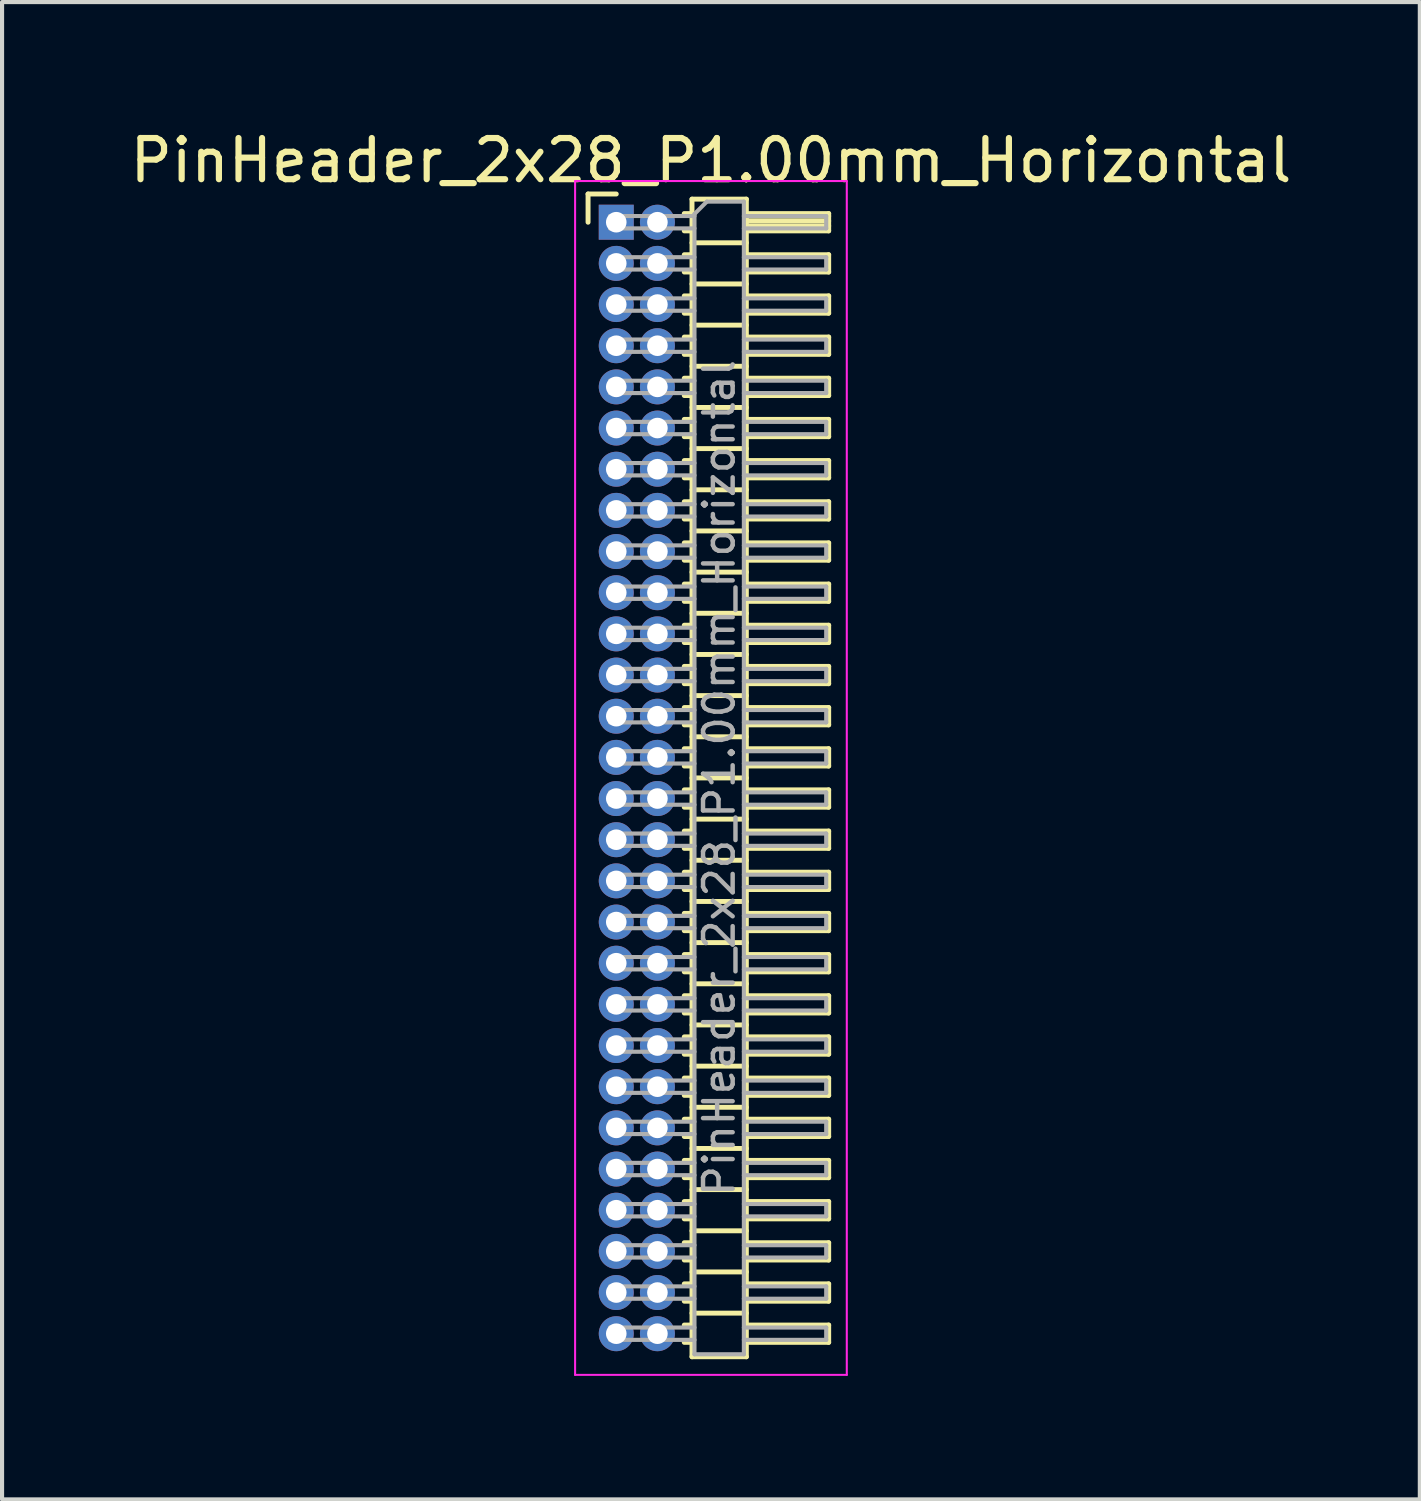
<source format=kicad_pcb>
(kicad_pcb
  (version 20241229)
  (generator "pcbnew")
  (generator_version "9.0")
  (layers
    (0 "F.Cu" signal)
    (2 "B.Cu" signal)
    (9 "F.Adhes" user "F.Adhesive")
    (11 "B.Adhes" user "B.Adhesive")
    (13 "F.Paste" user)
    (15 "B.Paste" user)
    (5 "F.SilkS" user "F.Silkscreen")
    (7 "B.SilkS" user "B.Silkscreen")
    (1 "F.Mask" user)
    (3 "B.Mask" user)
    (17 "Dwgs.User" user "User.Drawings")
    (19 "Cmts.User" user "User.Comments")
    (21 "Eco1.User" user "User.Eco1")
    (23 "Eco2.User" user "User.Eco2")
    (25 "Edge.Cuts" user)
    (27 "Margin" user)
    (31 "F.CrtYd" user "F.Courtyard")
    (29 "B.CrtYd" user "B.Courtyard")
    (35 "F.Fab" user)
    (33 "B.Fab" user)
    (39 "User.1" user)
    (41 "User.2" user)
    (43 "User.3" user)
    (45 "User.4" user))
  (footprint "PinHeader_2x28_P1.00mm_Horizontal"
    (layer "F.Cu")
    (at 11.92 2.348)
    (property "Reference" "PinHeader_2x28_P1.00mm_Horizontal" (at 2.3 -1.5 0) (layer "F.SilkS") (effects (font (size 1 1) (thickness 0.15))))
    (attr through_hole)
    (fp_line (start -0.685 -0.685) (end 0 -0.685) (stroke (width 0.12) (type solid)) (layer "F.SilkS"))
    (fp_line (start -0.685 0) (end -0.685 -0.685) (stroke (width 0.12) (type solid)) (layer "F.SilkS"))
    (fp_line (start 1.652 -0.21) (end 1.84 -0.21) (stroke (width 0.12) (type solid)) (layer "F.SilkS"))
    (fp_line (start 1.652 0.21) (end 1.84 0.21) (stroke (width 0.12) (type solid)) (layer "F.SilkS"))
    (fp_line (start 1.652 0.79) (end 1.84 0.79) (stroke (width 0.12) (type solid)) (layer "F.SilkS"))
    (fp_line (start 1.652 1.21) (end 1.84 1.21) (stroke (width 0.12) (type solid)) (layer "F.SilkS"))
    (fp_line (start 1.652 1.79) (end 1.84 1.79) (stroke (width 0.12) (type solid)) (layer "F.SilkS"))
    (fp_line (start 1.652 2.21) (end 1.84 2.21) (stroke (width 0.12) (type solid)) (layer "F.SilkS"))
    (fp_line (start 1.652 2.79) (end 1.84 2.79) (stroke (width 0.12) (type solid)) (layer "F.SilkS"))
    (fp_line (start 1.652 3.21) (end 1.84 3.21) (stroke (width 0.12) (type solid)) (layer "F.SilkS"))
    (fp_line (start 1.652 3.79) (end 1.84 3.79) (stroke (width 0.12) (type solid)) (layer "F.SilkS"))
    (fp_line (start 1.652 4.21) (end 1.84 4.21) (stroke (width 0.12) (type solid)) (layer "F.SilkS"))
    (fp_line (start 1.652 4.79) (end 1.84 4.79) (stroke (width 0.12) (type solid)) (layer "F.SilkS"))
    (fp_line (start 1.652 5.21) (end 1.84 5.21) (stroke (width 0.12) (type solid)) (layer "F.SilkS"))
    (fp_line (start 1.652 5.79) (end 1.84 5.79) (stroke (width 0.12) (type solid)) (layer "F.SilkS"))
    (fp_line (start 1.652 6.21) (end 1.84 6.21) (stroke (width 0.12) (type solid)) (layer "F.SilkS"))
    (fp_line (start 1.652 6.79) (end 1.84 6.79) (stroke (width 0.12) (type solid)) (layer "F.SilkS"))
    (fp_line (start 1.652 7.21) (end 1.84 7.21) (stroke (width 0.12) (type solid)) (layer "F.SilkS"))
    (fp_line (start 1.652 7.79) (end 1.84 7.79) (stroke (width 0.12) (type solid)) (layer "F.SilkS"))
    (fp_line (start 1.652 8.21) (end 1.84 8.21) (stroke (width 0.12) (type solid)) (layer "F.SilkS"))
    (fp_line (start 1.652 8.79) (end 1.84 8.79) (stroke (width 0.12) (type solid)) (layer "F.SilkS"))
    (fp_line (start 1.652 9.21) (end 1.84 9.21) (stroke (width 0.12) (type solid)) (layer "F.SilkS"))
    (fp_line (start 1.652 9.79) (end 1.84 9.79) (stroke (width 0.12) (type solid)) (layer "F.SilkS"))
    (fp_line (start 1.652 10.21) (end 1.84 10.21) (stroke (width 0.12) (type solid)) (layer "F.SilkS"))
    (fp_line (start 1.652 10.79) (end 1.84 10.79) (stroke (width 0.12) (type solid)) (layer "F.SilkS"))
    (fp_line (start 1.652 11.21) (end 1.84 11.21) (stroke (width 0.12) (type solid)) (layer "F.SilkS"))
    (fp_line (start 1.652 11.79) (end 1.84 11.79) (stroke (width 0.12) (type solid)) (layer "F.SilkS"))
    (fp_line (start 1.652 12.21) (end 1.84 12.21) (stroke (width 0.12) (type solid)) (layer "F.SilkS"))
    (fp_line (start 1.652 12.79) (end 1.84 12.79) (stroke (width 0.12) (type solid)) (layer "F.SilkS"))
    (fp_line (start 1.652 13.21) (end 1.84 13.21) (stroke (width 0.12) (type solid)) (layer "F.SilkS"))
    (fp_line (start 1.652 13.79) (end 1.84 13.79) (stroke (width 0.12) (type solid)) (layer "F.SilkS"))
    (fp_line (start 1.652 14.21) (end 1.84 14.21) (stroke (width 0.12) (type solid)) (layer "F.SilkS"))
    (fp_line (start 1.652 14.79) (end 1.84 14.79) (stroke (width 0.12) (type solid)) (layer "F.SilkS"))
    (fp_line (start 1.652 15.21) (end 1.84 15.21) (stroke (width 0.12) (type solid)) (layer "F.SilkS"))
    (fp_line (start 1.652 15.79) (end 1.84 15.79) (stroke (width 0.12) (type solid)) (layer "F.SilkS"))
    (fp_line (start 1.652 16.21) (end 1.84 16.21) (stroke (width 0.12) (type solid)) (layer "F.SilkS"))
    (fp_line (start 1.652 16.79) (end 1.84 16.79) (stroke (width 0.12) (type solid)) (layer "F.SilkS"))
    (fp_line (start 1.652 17.21) (end 1.84 17.21) (stroke (width 0.12) (type solid)) (layer "F.SilkS"))
    (fp_line (start 1.652 17.79) (end 1.84 17.79) (stroke (width 0.12) (type solid)) (layer "F.SilkS"))
    (fp_line (start 1.652 18.21) (end 1.84 18.21) (stroke (width 0.12) (type solid)) (layer "F.SilkS"))
    (fp_line (start 1.652 18.79) (end 1.84 18.79) (stroke (width 0.12) (type solid)) (layer "F.SilkS"))
    (fp_line (start 1.652 19.21) (end 1.84 19.21) (stroke (width 0.12) (type solid)) (layer "F.SilkS"))
    (fp_line (start 1.652 19.79) (end 1.84 19.79) (stroke (width 0.12) (type solid)) (layer "F.SilkS"))
    (fp_line (start 1.652 20.21) (end 1.84 20.21) (stroke (width 0.12) (type solid)) (layer "F.SilkS"))
    (fp_line (start 1.652 20.79) (end 1.84 20.79) (stroke (width 0.12) (type solid)) (layer "F.SilkS"))
    (fp_line (start 1.652 21.21) (end 1.84 21.21) (stroke (width 0.12) (type solid)) (layer "F.SilkS"))
    (fp_line (start 1.652 21.79) (end 1.84 21.79) (stroke (width 0.12) (type solid)) (layer "F.SilkS"))
    (fp_line (start 1.652 22.21) (end 1.84 22.21) (stroke (width 0.12) (type solid)) (layer "F.SilkS"))
    (fp_line (start 1.652 22.79) (end 1.84 22.79) (stroke (width 0.12) (type solid)) (layer "F.SilkS"))
    (fp_line (start 1.652 23.21) (end 1.84 23.21) (stroke (width 0.12) (type solid)) (layer "F.SilkS"))
    (fp_line (start 1.652 23.79) (end 1.84 23.79) (stroke (width 0.12) (type solid)) (layer "F.SilkS"))
    (fp_line (start 1.652 24.21) (end 1.84 24.21) (stroke (width 0.12) (type solid)) (layer "F.SilkS"))
    (fp_line (start 1.652 24.79) (end 1.84 24.79) (stroke (width 0.12) (type solid)) (layer "F.SilkS"))
    (fp_line (start 1.652 25.21) (end 1.84 25.21) (stroke (width 0.12) (type solid)) (layer "F.SilkS"))
    (fp_line (start 1.652 25.79) (end 1.84 25.79) (stroke (width 0.12) (type solid)) (layer "F.SilkS"))
    (fp_line (start 1.652 26.21) (end 1.84 26.21) (stroke (width 0.12) (type solid)) (layer "F.SilkS"))
    (fp_line (start 1.652 26.79) (end 1.84 26.79) (stroke (width 0.12) (type solid)) (layer "F.SilkS"))
    (fp_line (start 1.652 27.21) (end 1.84 27.21) (stroke (width 0.12) (type solid)) (layer "F.SilkS"))
    (fp_line (start 1.84 -0.56) (end 1.84 27.56) (stroke (width 0.12) (type solid)) (layer "F.SilkS"))
    (fp_line (start 1.84 0.5) (end 3.16 0.5) (stroke (width 0.12) (type solid)) (layer "F.SilkS"))
    (fp_line (start 1.84 1.5) (end 3.16 1.5) (stroke (width 0.12) (type solid)) (layer "F.SilkS"))
    (fp_line (start 1.84 2.5) (end 3.16 2.5) (stroke (width 0.12) (type solid)) (layer "F.SilkS"))
    (fp_line (start 1.84 3.5) (end 3.16 3.5) (stroke (width 0.12) (type solid)) (layer "F.SilkS"))
    (fp_line (start 1.84 4.5) (end 3.16 4.5) (stroke (width 0.12) (type solid)) (layer "F.SilkS"))
    (fp_line (start 1.84 5.5) (end 3.16 5.5) (stroke (width 0.12) (type solid)) (layer "F.SilkS"))
    (fp_line (start 1.84 6.5) (end 3.16 6.5) (stroke (width 0.12) (type solid)) (layer "F.SilkS"))
    (fp_line (start 1.84 7.5) (end 3.16 7.5) (stroke (width 0.12) (type solid)) (layer "F.SilkS"))
    (fp_line (start 1.84 8.5) (end 3.16 8.5) (stroke (width 0.12) (type solid)) (layer "F.SilkS"))
    (fp_line (start 1.84 9.5) (end 3.16 9.5) (stroke (width 0.12) (type solid)) (layer "F.SilkS"))
    (fp_line (start 1.84 10.5) (end 3.16 10.5) (stroke (width 0.12) (type solid)) (layer "F.SilkS"))
    (fp_line (start 1.84 11.5) (end 3.16 11.5) (stroke (width 0.12) (type solid)) (layer "F.SilkS"))
    (fp_line (start 1.84 12.5) (end 3.16 12.5) (stroke (width 0.12) (type solid)) (layer "F.SilkS"))
    (fp_line (start 1.84 13.5) (end 3.16 13.5) (stroke (width 0.12) (type solid)) (layer "F.SilkS"))
    (fp_line (start 1.84 14.5) (end 3.16 14.5) (stroke (width 0.12) (type solid)) (layer "F.SilkS"))
    (fp_line (start 1.84 15.5) (end 3.16 15.5) (stroke (width 0.12) (type solid)) (layer "F.SilkS"))
    (fp_line (start 1.84 16.5) (end 3.16 16.5) (stroke (width 0.12) (type solid)) (layer "F.SilkS"))
    (fp_line (start 1.84 17.5) (end 3.16 17.5) (stroke (width 0.12) (type solid)) (layer "F.SilkS"))
    (fp_line (start 1.84 18.5) (end 3.16 18.5) (stroke (width 0.12) (type solid)) (layer "F.SilkS"))
    (fp_line (start 1.84 19.5) (end 3.16 19.5) (stroke (width 0.12) (type solid)) (layer "F.SilkS"))
    (fp_line (start 1.84 20.5) (end 3.16 20.5) (stroke (width 0.12) (type solid)) (layer "F.SilkS"))
    (fp_line (start 1.84 21.5) (end 3.16 21.5) (stroke (width 0.12) (type solid)) (layer "F.SilkS"))
    (fp_line (start 1.84 22.5) (end 3.16 22.5) (stroke (width 0.12) (type solid)) (layer "F.SilkS"))
    (fp_line (start 1.84 23.5) (end 3.16 23.5) (stroke (width 0.12) (type solid)) (layer "F.SilkS"))
    (fp_line (start 1.84 24.5) (end 3.16 24.5) (stroke (width 0.12) (type solid)) (layer "F.SilkS"))
    (fp_line (start 1.84 25.5) (end 3.16 25.5) (stroke (width 0.12) (type solid)) (layer "F.SilkS"))
    (fp_line (start 1.84 26.5) (end 3.16 26.5) (stroke (width 0.12) (type solid)) (layer "F.SilkS"))
    (fp_line (start 1.84 27.56) (end 3.16 27.56) (stroke (width 0.12) (type solid)) (layer "F.SilkS"))
    (fp_line (start 3.16 -0.56) (end 1.84 -0.56) (stroke (width 0.12) (type solid)) (layer "F.SilkS"))
    (fp_line (start 3.16 -0.21) (end 5.16 -0.21) (stroke (width 0.12) (type solid)) (layer "F.SilkS"))
    (fp_line (start 3.16 -0.15) (end 5.16 -0.15) (stroke (width 0.12) (type solid)) (layer "F.SilkS"))
    (fp_line (start 3.16 -0.03) (end 5.16 -0.03) (stroke (width 0.12) (type solid)) (layer "F.SilkS"))
    (fp_line (start 3.16 0.09) (end 5.16 0.09) (stroke (width 0.12) (type solid)) (layer "F.SilkS"))
    (fp_line (start 3.16 0.79) (end 5.16 0.79) (stroke (width 0.12) (type solid)) (layer "F.SilkS"))
    (fp_line (start 3.16 1.79) (end 5.16 1.79) (stroke (width 0.12) (type solid)) (layer "F.SilkS"))
    (fp_line (start 3.16 2.79) (end 5.16 2.79) (stroke (width 0.12) (type solid)) (layer "F.SilkS"))
    (fp_line (start 3.16 3.79) (end 5.16 3.79) (stroke (width 0.12) (type solid)) (layer "F.SilkS"))
    (fp_line (start 3.16 4.79) (end 5.16 4.79) (stroke (width 0.12) (type solid)) (layer "F.SilkS"))
    (fp_line (start 3.16 5.79) (end 5.16 5.79) (stroke (width 0.12) (type solid)) (layer "F.SilkS"))
    (fp_line (start 3.16 6.79) (end 5.16 6.79) (stroke (width 0.12) (type solid)) (layer "F.SilkS"))
    (fp_line (start 3.16 7.79) (end 5.16 7.79) (stroke (width 0.12) (type solid)) (layer "F.SilkS"))
    (fp_line (start 3.16 8.79) (end 5.16 8.79) (stroke (width 0.12) (type solid)) (layer "F.SilkS"))
    (fp_line (start 3.16 9.79) (end 5.16 9.79) (stroke (width 0.12) (type solid)) (layer "F.SilkS"))
    (fp_line (start 3.16 10.79) (end 5.16 10.79) (stroke (width 0.12) (type solid)) (layer "F.SilkS"))
    (fp_line (start 3.16 11.79) (end 5.16 11.79) (stroke (width 0.12) (type solid)) (layer "F.SilkS"))
    (fp_line (start 3.16 12.79) (end 5.16 12.79) (stroke (width 0.12) (type solid)) (layer "F.SilkS"))
    (fp_line (start 3.16 13.79) (end 5.16 13.79) (stroke (width 0.12) (type solid)) (layer "F.SilkS"))
    (fp_line (start 3.16 14.79) (end 5.16 14.79) (stroke (width 0.12) (type solid)) (layer "F.SilkS"))
    (fp_line (start 3.16 15.79) (end 5.16 15.79) (stroke (width 0.12) (type solid)) (layer "F.SilkS"))
    (fp_line (start 3.16 16.79) (end 5.16 16.79) (stroke (width 0.12) (type solid)) (layer "F.SilkS"))
    (fp_line (start 3.16 17.79) (end 5.16 17.79) (stroke (width 0.12) (type solid)) (layer "F.SilkS"))
    (fp_line (start 3.16 18.79) (end 5.16 18.79) (stroke (width 0.12) (type solid)) (layer "F.SilkS"))
    (fp_line (start 3.16 19.79) (end 5.16 19.79) (stroke (width 0.12) (type solid)) (layer "F.SilkS"))
    (fp_line (start 3.16 20.79) (end 5.16 20.79) (stroke (width 0.12) (type solid)) (layer "F.SilkS"))
    (fp_line (start 3.16 21.79) (end 5.16 21.79) (stroke (width 0.12) (type solid)) (layer "F.SilkS"))
    (fp_line (start 3.16 22.79) (end 5.16 22.79) (stroke (width 0.12) (type solid)) (layer "F.SilkS"))
    (fp_line (start 3.16 23.79) (end 5.16 23.79) (stroke (width 0.12) (type solid)) (layer "F.SilkS"))
    (fp_line (start 3.16 24.79) (end 5.16 24.79) (stroke (width 0.12) (type solid)) (layer "F.SilkS"))
    (fp_line (start 3.16 25.79) (end 5.16 25.79) (stroke (width 0.12) (type solid)) (layer "F.SilkS"))
    (fp_line (start 3.16 26.79) (end 5.16 26.79) (stroke (width 0.12) (type solid)) (layer "F.SilkS"))
    (fp_line (start 3.16 27.56) (end 3.16 -0.56) (stroke (width 0.12) (type solid)) (layer "F.SilkS"))
    (fp_line (start 5.16 -0.21) (end 5.16 0.21) (stroke (width 0.12) (type solid)) (layer "F.SilkS"))
    (fp_line (start 5.16 0.21) (end 3.16 0.21) (stroke (width 0.12) (type solid)) (layer "F.SilkS"))
    (fp_line (start 5.16 0.79) (end 5.16 1.21) (stroke (width 0.12) (type solid)) (layer "F.SilkS"))
    (fp_line (start 5.16 1.21) (end 3.16 1.21) (stroke (width 0.12) (type solid)) (layer "F.SilkS"))
    (fp_line (start 5.16 1.79) (end 5.16 2.21) (stroke (width 0.12) (type solid)) (layer "F.SilkS"))
    (fp_line (start 5.16 2.21) (end 3.16 2.21) (stroke (width 0.12) (type solid)) (layer "F.SilkS"))
    (fp_line (start 5.16 2.79) (end 5.16 3.21) (stroke (width 0.12) (type solid)) (layer "F.SilkS"))
    (fp_line (start 5.16 3.21) (end 3.16 3.21) (stroke (width 0.12) (type solid)) (layer "F.SilkS"))
    (fp_line (start 5.16 3.79) (end 5.16 4.21) (stroke (width 0.12) (type solid)) (layer "F.SilkS"))
    (fp_line (start 5.16 4.21) (end 3.16 4.21) (stroke (width 0.12) (type solid)) (layer "F.SilkS"))
    (fp_line (start 5.16 4.79) (end 5.16 5.21) (stroke (width 0.12) (type solid)) (layer "F.SilkS"))
    (fp_line (start 5.16 5.21) (end 3.16 5.21) (stroke (width 0.12) (type solid)) (layer "F.SilkS"))
    (fp_line (start 5.16 5.79) (end 5.16 6.21) (stroke (width 0.12) (type solid)) (layer "F.SilkS"))
    (fp_line (start 5.16 6.21) (end 3.16 6.21) (stroke (width 0.12) (type solid)) (layer "F.SilkS"))
    (fp_line (start 5.16 6.79) (end 5.16 7.21) (stroke (width 0.12) (type solid)) (layer "F.SilkS"))
    (fp_line (start 5.16 7.21) (end 3.16 7.21) (stroke (width 0.12) (type solid)) (layer "F.SilkS"))
    (fp_line (start 5.16 7.79) (end 5.16 8.21) (stroke (width 0.12) (type solid)) (layer "F.SilkS"))
    (fp_line (start 5.16 8.21) (end 3.16 8.21) (stroke (width 0.12) (type solid)) (layer "F.SilkS"))
    (fp_line (start 5.16 8.79) (end 5.16 9.21) (stroke (width 0.12) (type solid)) (layer "F.SilkS"))
    (fp_line (start 5.16 9.21) (end 3.16 9.21) (stroke (width 0.12) (type solid)) (layer "F.SilkS"))
    (fp_line (start 5.16 9.79) (end 5.16 10.21) (stroke (width 0.12) (type solid)) (layer "F.SilkS"))
    (fp_line (start 5.16 10.21) (end 3.16 10.21) (stroke (width 0.12) (type solid)) (layer "F.SilkS"))
    (fp_line (start 5.16 10.79) (end 5.16 11.21) (stroke (width 0.12) (type solid)) (layer "F.SilkS"))
    (fp_line (start 5.16 11.21) (end 3.16 11.21) (stroke (width 0.12) (type solid)) (layer "F.SilkS"))
    (fp_line (start 5.16 11.79) (end 5.16 12.21) (stroke (width 0.12) (type solid)) (layer "F.SilkS"))
    (fp_line (start 5.16 12.21) (end 3.16 12.21) (stroke (width 0.12) (type solid)) (layer "F.SilkS"))
    (fp_line (start 5.16 12.79) (end 5.16 13.21) (stroke (width 0.12) (type solid)) (layer "F.SilkS"))
    (fp_line (start 5.16 13.21) (end 3.16 13.21) (stroke (width 0.12) (type solid)) (layer "F.SilkS"))
    (fp_line (start 5.16 13.79) (end 5.16 14.21) (stroke (width 0.12) (type solid)) (layer "F.SilkS"))
    (fp_line (start 5.16 14.21) (end 3.16 14.21) (stroke (width 0.12) (type solid)) (layer "F.SilkS"))
    (fp_line (start 5.16 14.79) (end 5.16 15.21) (stroke (width 0.12) (type solid)) (layer "F.SilkS"))
    (fp_line (start 5.16 15.21) (end 3.16 15.21) (stroke (width 0.12) (type solid)) (layer "F.SilkS"))
    (fp_line (start 5.16 15.79) (end 5.16 16.21) (stroke (width 0.12) (type solid)) (layer "F.SilkS"))
    (fp_line (start 5.16 16.21) (end 3.16 16.21) (stroke (width 0.12) (type solid)) (layer "F.SilkS"))
    (fp_line (start 5.16 16.79) (end 5.16 17.21) (stroke (width 0.12) (type solid)) (layer "F.SilkS"))
    (fp_line (start 5.16 17.21) (end 3.16 17.21) (stroke (width 0.12) (type solid)) (layer "F.SilkS"))
    (fp_line (start 5.16 17.79) (end 5.16 18.21) (stroke (width 0.12) (type solid)) (layer "F.SilkS"))
    (fp_line (start 5.16 18.21) (end 3.16 18.21) (stroke (width 0.12) (type solid)) (layer "F.SilkS"))
    (fp_line (start 5.16 18.79) (end 5.16 19.21) (stroke (width 0.12) (type solid)) (layer "F.SilkS"))
    (fp_line (start 5.16 19.21) (end 3.16 19.21) (stroke (width 0.12) (type solid)) (layer "F.SilkS"))
    (fp_line (start 5.16 19.79) (end 5.16 20.21) (stroke (width 0.12) (type solid)) (layer "F.SilkS"))
    (fp_line (start 5.16 20.21) (end 3.16 20.21) (stroke (width 0.12) (type solid)) (layer "F.SilkS"))
    (fp_line (start 5.16 20.79) (end 5.16 21.21) (stroke (width 0.12) (type solid)) (layer "F.SilkS"))
    (fp_line (start 5.16 21.21) (end 3.16 21.21) (stroke (width 0.12) (type solid)) (layer "F.SilkS"))
    (fp_line (start 5.16 21.79) (end 5.16 22.21) (stroke (width 0.12) (type solid)) (layer "F.SilkS"))
    (fp_line (start 5.16 22.21) (end 3.16 22.21) (stroke (width 0.12) (type solid)) (layer "F.SilkS"))
    (fp_line (start 5.16 22.79) (end 5.16 23.21) (stroke (width 0.12) (type solid)) (layer "F.SilkS"))
    (fp_line (start 5.16 23.21) (end 3.16 23.21) (stroke (width 0.12) (type solid)) (layer "F.SilkS"))
    (fp_line (start 5.16 23.79) (end 5.16 24.21) (stroke (width 0.12) (type solid)) (layer "F.SilkS"))
    (fp_line (start 5.16 24.21) (end 3.16 24.21) (stroke (width 0.12) (type solid)) (layer "F.SilkS"))
    (fp_line (start 5.16 24.79) (end 5.16 25.21) (stroke (width 0.12) (type solid)) (layer "F.SilkS"))
    (fp_line (start 5.16 25.21) (end 3.16 25.21) (stroke (width 0.12) (type solid)) (layer "F.SilkS"))
    (fp_line (start 5.16 25.79) (end 5.16 26.21) (stroke (width 0.12) (type solid)) (layer "F.SilkS"))
    (fp_line (start 5.16 26.21) (end 3.16 26.21) (stroke (width 0.12) (type solid)) (layer "F.SilkS"))
    (fp_line (start 5.16 26.79) (end 5.16 27.21) (stroke (width 0.12) (type solid)) (layer "F.SilkS"))
    (fp_line (start 5.16 27.21) (end 3.16 27.21) (stroke (width 0.12) (type solid)) (layer "F.SilkS"))
    (fp_line (start -1 -1) (end -1 28) (stroke (width 0.05) (type solid)) (layer "F.CrtYd"))
    (fp_line (start -1 28) (end 5.6 28) (stroke (width 0.05) (type solid)) (layer "F.CrtYd"))
    (fp_line (start 5.6 -1) (end -1 -1) (stroke (width 0.05) (type solid)) (layer "F.CrtYd"))
    (fp_line (start 5.6 28) (end 5.6 -1) (stroke (width 0.05) (type solid)) (layer "F.CrtYd"))
    (fp_line (start -0.15 -0.15) (end -0.15 0.15) (stroke (width 0.1) (type solid)) (layer "F.Fab"))
    (fp_line (start -0.15 -0.15) (end 1.9 -0.15) (stroke (width 0.1) (type solid)) (layer "F.Fab"))
    (fp_line (start -0.15 0.15) (end 1.9 0.15) (stroke (width 0.1) (type solid)) (layer "F.Fab"))
    (fp_line (start -0.15 0.85) (end -0.15 1.15) (stroke (width 0.1) (type solid)) (layer "F.Fab"))
    (fp_line (start -0.15 0.85) (end 1.9 0.85) (stroke (width 0.1) (type solid)) (layer "F.Fab"))
    (fp_line (start -0.15 1.15) (end 1.9 1.15) (stroke (width 0.1) (type solid)) (layer "F.Fab"))
    (fp_line (start -0.15 1.85) (end -0.15 2.15) (stroke (width 0.1) (type solid)) (layer "F.Fab"))
    (fp_line (start -0.15 1.85) (end 1.9 1.85) (stroke (width 0.1) (type solid)) (layer "F.Fab"))
    (fp_line (start -0.15 2.15) (end 1.9 2.15) (stroke (width 0.1) (type solid)) (layer "F.Fab"))
    (fp_line (start -0.15 2.85) (end -0.15 3.15) (stroke (width 0.1) (type solid)) (layer "F.Fab"))
    (fp_line (start -0.15 2.85) (end 1.9 2.85) (stroke (width 0.1) (type solid)) (layer "F.Fab"))
    (fp_line (start -0.15 3.15) (end 1.9 3.15) (stroke (width 0.1) (type solid)) (layer "F.Fab"))
    (fp_line (start -0.15 3.85) (end -0.15 4.15) (stroke (width 0.1) (type solid)) (layer "F.Fab"))
    (fp_line (start -0.15 3.85) (end 1.9 3.85) (stroke (width 0.1) (type solid)) (layer "F.Fab"))
    (fp_line (start -0.15 4.15) (end 1.9 4.15) (stroke (width 0.1) (type solid)) (layer "F.Fab"))
    (fp_line (start -0.15 4.85) (end -0.15 5.15) (stroke (width 0.1) (type solid)) (layer "F.Fab"))
    (fp_line (start -0.15 4.85) (end 1.9 4.85) (stroke (width 0.1) (type solid)) (layer "F.Fab"))
    (fp_line (start -0.15 5.15) (end 1.9 5.15) (stroke (width 0.1) (type solid)) (layer "F.Fab"))
    (fp_line (start -0.15 5.85) (end -0.15 6.15) (stroke (width 0.1) (type solid)) (layer "F.Fab"))
    (fp_line (start -0.15 5.85) (end 1.9 5.85) (stroke (width 0.1) (type solid)) (layer "F.Fab"))
    (fp_line (start -0.15 6.15) (end 1.9 6.15) (stroke (width 0.1) (type solid)) (layer "F.Fab"))
    (fp_line (start -0.15 6.85) (end -0.15 7.15) (stroke (width 0.1) (type solid)) (layer "F.Fab"))
    (fp_line (start -0.15 6.85) (end 1.9 6.85) (stroke (width 0.1) (type solid)) (layer "F.Fab"))
    (fp_line (start -0.15 7.15) (end 1.9 7.15) (stroke (width 0.1) (type solid)) (layer "F.Fab"))
    (fp_line (start -0.15 7.85) (end -0.15 8.15) (stroke (width 0.1) (type solid)) (layer "F.Fab"))
    (fp_line (start -0.15 7.85) (end 1.9 7.85) (stroke (width 0.1) (type solid)) (layer "F.Fab"))
    (fp_line (start -0.15 8.15) (end 1.9 8.15) (stroke (width 0.1) (type solid)) (layer "F.Fab"))
    (fp_line (start -0.15 8.85) (end -0.15 9.15) (stroke (width 0.1) (type solid)) (layer "F.Fab"))
    (fp_line (start -0.15 8.85) (end 1.9 8.85) (stroke (width 0.1) (type solid)) (layer "F.Fab"))
    (fp_line (start -0.15 9.15) (end 1.9 9.15) (stroke (width 0.1) (type solid)) (layer "F.Fab"))
    (fp_line (start -0.15 9.85) (end -0.15 10.15) (stroke (width 0.1) (type solid)) (layer "F.Fab"))
    (fp_line (start -0.15 9.85) (end 1.9 9.85) (stroke (width 0.1) (type solid)) (layer "F.Fab"))
    (fp_line (start -0.15 10.15) (end 1.9 10.15) (stroke (width 0.1) (type solid)) (layer "F.Fab"))
    (fp_line (start -0.15 10.85) (end -0.15 11.15) (stroke (width 0.1) (type solid)) (layer "F.Fab"))
    (fp_line (start -0.15 10.85) (end 1.9 10.85) (stroke (width 0.1) (type solid)) (layer "F.Fab"))
    (fp_line (start -0.15 11.15) (end 1.9 11.15) (stroke (width 0.1) (type solid)) (layer "F.Fab"))
    (fp_line (start -0.15 11.85) (end -0.15 12.15) (stroke (width 0.1) (type solid)) (layer "F.Fab"))
    (fp_line (start -0.15 11.85) (end 1.9 11.85) (stroke (width 0.1) (type solid)) (layer "F.Fab"))
    (fp_line (start -0.15 12.15) (end 1.9 12.15) (stroke (width 0.1) (type solid)) (layer "F.Fab"))
    (fp_line (start -0.15 12.85) (end -0.15 13.15) (stroke (width 0.1) (type solid)) (layer "F.Fab"))
    (fp_line (start -0.15 12.85) (end 1.9 12.85) (stroke (width 0.1) (type solid)) (layer "F.Fab"))
    (fp_line (start -0.15 13.15) (end 1.9 13.15) (stroke (width 0.1) (type solid)) (layer "F.Fab"))
    (fp_line (start -0.15 13.85) (end -0.15 14.15) (stroke (width 0.1) (type solid)) (layer "F.Fab"))
    (fp_line (start -0.15 13.85) (end 1.9 13.85) (stroke (width 0.1) (type solid)) (layer "F.Fab"))
    (fp_line (start -0.15 14.15) (end 1.9 14.15) (stroke (width 0.1) (type solid)) (layer "F.Fab"))
    (fp_line (start -0.15 14.85) (end -0.15 15.15) (stroke (width 0.1) (type solid)) (layer "F.Fab"))
    (fp_line (start -0.15 14.85) (end 1.9 14.85) (stroke (width 0.1) (type solid)) (layer "F.Fab"))
    (fp_line (start -0.15 15.15) (end 1.9 15.15) (stroke (width 0.1) (type solid)) (layer "F.Fab"))
    (fp_line (start -0.15 15.85) (end -0.15 16.15) (stroke (width 0.1) (type solid)) (layer "F.Fab"))
    (fp_line (start -0.15 15.85) (end 1.9 15.85) (stroke (width 0.1) (type solid)) (layer "F.Fab"))
    (fp_line (start -0.15 16.15) (end 1.9 16.15) (stroke (width 0.1) (type solid)) (layer "F.Fab"))
    (fp_line (start -0.15 16.85) (end -0.15 17.15) (stroke (width 0.1) (type solid)) (layer "F.Fab"))
    (fp_line (start -0.15 16.85) (end 1.9 16.85) (stroke (width 0.1) (type solid)) (layer "F.Fab"))
    (fp_line (start -0.15 17.15) (end 1.9 17.15) (stroke (width 0.1) (type solid)) (layer "F.Fab"))
    (fp_line (start -0.15 17.85) (end -0.15 18.15) (stroke (width 0.1) (type solid)) (layer "F.Fab"))
    (fp_line (start -0.15 17.85) (end 1.9 17.85) (stroke (width 0.1) (type solid)) (layer "F.Fab"))
    (fp_line (start -0.15 18.15) (end 1.9 18.15) (stroke (width 0.1) (type solid)) (layer "F.Fab"))
    (fp_line (start -0.15 18.85) (end -0.15 19.15) (stroke (width 0.1) (type solid)) (layer "F.Fab"))
    (fp_line (start -0.15 18.85) (end 1.9 18.85) (stroke (width 0.1) (type solid)) (layer "F.Fab"))
    (fp_line (start -0.15 19.15) (end 1.9 19.15) (stroke (width 0.1) (type solid)) (layer "F.Fab"))
    (fp_line (start -0.15 19.85) (end -0.15 20.15) (stroke (width 0.1) (type solid)) (layer "F.Fab"))
    (fp_line (start -0.15 19.85) (end 1.9 19.85) (stroke (width 0.1) (type solid)) (layer "F.Fab"))
    (fp_line (start -0.15 20.15) (end 1.9 20.15) (stroke (width 0.1) (type solid)) (layer "F.Fab"))
    (fp_line (start -0.15 20.85) (end -0.15 21.15) (stroke (width 0.1) (type solid)) (layer "F.Fab"))
    (fp_line (start -0.15 20.85) (end 1.9 20.85) (stroke (width 0.1) (type solid)) (layer "F.Fab"))
    (fp_line (start -0.15 21.15) (end 1.9 21.15) (stroke (width 0.1) (type solid)) (layer "F.Fab"))
    (fp_line (start -0.15 21.85) (end -0.15 22.15) (stroke (width 0.1) (type solid)) (layer "F.Fab"))
    (fp_line (start -0.15 21.85) (end 1.9 21.85) (stroke (width 0.1) (type solid)) (layer "F.Fab"))
    (fp_line (start -0.15 22.15) (end 1.9 22.15) (stroke (width 0.1) (type solid)) (layer "F.Fab"))
    (fp_line (start -0.15 22.85) (end -0.15 23.15) (stroke (width 0.1) (type solid)) (layer "F.Fab"))
    (fp_line (start -0.15 22.85) (end 1.9 22.85) (stroke (width 0.1) (type solid)) (layer "F.Fab"))
    (fp_line (start -0.15 23.15) (end 1.9 23.15) (stroke (width 0.1) (type solid)) (layer "F.Fab"))
    (fp_line (start -0.15 23.85) (end -0.15 24.15) (stroke (width 0.1) (type solid)) (layer "F.Fab"))
    (fp_line (start -0.15 23.85) (end 1.9 23.85) (stroke (width 0.1) (type solid)) (layer "F.Fab"))
    (fp_line (start -0.15 24.15) (end 1.9 24.15) (stroke (width 0.1) (type solid)) (layer "F.Fab"))
    (fp_line (start -0.15 24.85) (end -0.15 25.15) (stroke (width 0.1) (type solid)) (layer "F.Fab"))
    (fp_line (start -0.15 24.85) (end 1.9 24.85) (stroke (width 0.1) (type solid)) (layer "F.Fab"))
    (fp_line (start -0.15 25.15) (end 1.9 25.15) (stroke (width 0.1) (type solid)) (layer "F.Fab"))
    (fp_line (start -0.15 25.85) (end -0.15 26.15) (stroke (width 0.1) (type solid)) (layer "F.Fab"))
    (fp_line (start -0.15 25.85) (end 1.9 25.85) (stroke (width 0.1) (type solid)) (layer "F.Fab"))
    (fp_line (start -0.15 26.15) (end 1.9 26.15) (stroke (width 0.1) (type solid)) (layer "F.Fab"))
    (fp_line (start -0.15 26.85) (end -0.15 27.15) (stroke (width 0.1) (type solid)) (layer "F.Fab"))
    (fp_line (start -0.15 26.85) (end 1.9 26.85) (stroke (width 0.1) (type solid)) (layer "F.Fab"))
    (fp_line (start -0.15 27.15) (end 1.9 27.15) (stroke (width 0.1) (type solid)) (layer "F.Fab"))
    (fp_line (start 1.9 -0.2) (end 2.2 -0.5) (stroke (width 0.1) (type solid)) (layer "F.Fab"))
    (fp_line (start 1.9 27.5) (end 1.9 -0.2) (stroke (width 0.1) (type solid)) (layer "F.Fab"))
    (fp_line (start 2.2 -0.5) (end 3.1 -0.5) (stroke (width 0.1) (type solid)) (layer "F.Fab"))
    (fp_line (start 3.1 -0.5) (end 3.1 27.5) (stroke (width 0.1) (type solid)) (layer "F.Fab"))
    (fp_line (start 3.1 -0.15) (end 5.1 -0.15) (stroke (width 0.1) (type solid)) (layer "F.Fab"))
    (fp_line (start 3.1 0.15) (end 5.1 0.15) (stroke (width 0.1) (type solid)) (layer "F.Fab"))
    (fp_line (start 3.1 0.85) (end 5.1 0.85) (stroke (width 0.1) (type solid)) (layer "F.Fab"))
    (fp_line (start 3.1 1.15) (end 5.1 1.15) (stroke (width 0.1) (type solid)) (layer "F.Fab"))
    (fp_line (start 3.1 1.85) (end 5.1 1.85) (stroke (width 0.1) (type solid)) (layer "F.Fab"))
    (fp_line (start 3.1 2.15) (end 5.1 2.15) (stroke (width 0.1) (type solid)) (layer "F.Fab"))
    (fp_line (start 3.1 2.85) (end 5.1 2.85) (stroke (width 0.1) (type solid)) (layer "F.Fab"))
    (fp_line (start 3.1 3.15) (end 5.1 3.15) (stroke (width 0.1) (type solid)) (layer "F.Fab"))
    (fp_line (start 3.1 3.85) (end 5.1 3.85) (stroke (width 0.1) (type solid)) (layer "F.Fab"))
    (fp_line (start 3.1 4.15) (end 5.1 4.15) (stroke (width 0.1) (type solid)) (layer "F.Fab"))
    (fp_line (start 3.1 4.85) (end 5.1 4.85) (stroke (width 0.1) (type solid)) (layer "F.Fab"))
    (fp_line (start 3.1 5.15) (end 5.1 5.15) (stroke (width 0.1) (type solid)) (layer "F.Fab"))
    (fp_line (start 3.1 5.85) (end 5.1 5.85) (stroke (width 0.1) (type solid)) (layer "F.Fab"))
    (fp_line (start 3.1 6.15) (end 5.1 6.15) (stroke (width 0.1) (type solid)) (layer "F.Fab"))
    (fp_line (start 3.1 6.85) (end 5.1 6.85) (stroke (width 0.1) (type solid)) (layer "F.Fab"))
    (fp_line (start 3.1 7.15) (end 5.1 7.15) (stroke (width 0.1) (type solid)) (layer "F.Fab"))
    (fp_line (start 3.1 7.85) (end 5.1 7.85) (stroke (width 0.1) (type solid)) (layer "F.Fab"))
    (fp_line (start 3.1 8.15) (end 5.1 8.15) (stroke (width 0.1) (type solid)) (layer "F.Fab"))
    (fp_line (start 3.1 8.85) (end 5.1 8.85) (stroke (width 0.1) (type solid)) (layer "F.Fab"))
    (fp_line (start 3.1 9.15) (end 5.1 9.15) (stroke (width 0.1) (type solid)) (layer "F.Fab"))
    (fp_line (start 3.1 9.85) (end 5.1 9.85) (stroke (width 0.1) (type solid)) (layer "F.Fab"))
    (fp_line (start 3.1 10.15) (end 5.1 10.15) (stroke (width 0.1) (type solid)) (layer "F.Fab"))
    (fp_line (start 3.1 10.85) (end 5.1 10.85) (stroke (width 0.1) (type solid)) (layer "F.Fab"))
    (fp_line (start 3.1 11.15) (end 5.1 11.15) (stroke (width 0.1) (type solid)) (layer "F.Fab"))
    (fp_line (start 3.1 11.85) (end 5.1 11.85) (stroke (width 0.1) (type solid)) (layer "F.Fab"))
    (fp_line (start 3.1 12.15) (end 5.1 12.15) (stroke (width 0.1) (type solid)) (layer "F.Fab"))
    (fp_line (start 3.1 12.85) (end 5.1 12.85) (stroke (width 0.1) (type solid)) (layer "F.Fab"))
    (fp_line (start 3.1 13.15) (end 5.1 13.15) (stroke (width 0.1) (type solid)) (layer "F.Fab"))
    (fp_line (start 3.1 13.85) (end 5.1 13.85) (stroke (width 0.1) (type solid)) (layer "F.Fab"))
    (fp_line (start 3.1 14.15) (end 5.1 14.15) (stroke (width 0.1) (type solid)) (layer "F.Fab"))
    (fp_line (start 3.1 14.85) (end 5.1 14.85) (stroke (width 0.1) (type solid)) (layer "F.Fab"))
    (fp_line (start 3.1 15.15) (end 5.1 15.15) (stroke (width 0.1) (type solid)) (layer "F.Fab"))
    (fp_line (start 3.1 15.85) (end 5.1 15.85) (stroke (width 0.1) (type solid)) (layer "F.Fab"))
    (fp_line (start 3.1 16.15) (end 5.1 16.15) (stroke (width 0.1) (type solid)) (layer "F.Fab"))
    (fp_line (start 3.1 16.85) (end 5.1 16.85) (stroke (width 0.1) (type solid)) (layer "F.Fab"))
    (fp_line (start 3.1 17.15) (end 5.1 17.15) (stroke (width 0.1) (type solid)) (layer "F.Fab"))
    (fp_line (start 3.1 17.85) (end 5.1 17.85) (stroke (width 0.1) (type solid)) (layer "F.Fab"))
    (fp_line (start 3.1 18.15) (end 5.1 18.15) (stroke (width 0.1) (type solid)) (layer "F.Fab"))
    (fp_line (start 3.1 18.85) (end 5.1 18.85) (stroke (width 0.1) (type solid)) (layer "F.Fab"))
    (fp_line (start 3.1 19.15) (end 5.1 19.15) (stroke (width 0.1) (type solid)) (layer "F.Fab"))
    (fp_line (start 3.1 19.85) (end 5.1 19.85) (stroke (width 0.1) (type solid)) (layer "F.Fab"))
    (fp_line (start 3.1 20.15) (end 5.1 20.15) (stroke (width 0.1) (type solid)) (layer "F.Fab"))
    (fp_line (start 3.1 20.85) (end 5.1 20.85) (stroke (width 0.1) (type solid)) (layer "F.Fab"))
    (fp_line (start 3.1 21.15) (end 5.1 21.15) (stroke (width 0.1) (type solid)) (layer "F.Fab"))
    (fp_line (start 3.1 21.85) (end 5.1 21.85) (stroke (width 0.1) (type solid)) (layer "F.Fab"))
    (fp_line (start 3.1 22.15) (end 5.1 22.15) (stroke (width 0.1) (type solid)) (layer "F.Fab"))
    (fp_line (start 3.1 22.85) (end 5.1 22.85) (stroke (width 0.1) (type solid)) (layer "F.Fab"))
    (fp_line (start 3.1 23.15) (end 5.1 23.15) (stroke (width 0.1) (type solid)) (layer "F.Fab"))
    (fp_line (start 3.1 23.85) (end 5.1 23.85) (stroke (width 0.1) (type solid)) (layer "F.Fab"))
    (fp_line (start 3.1 24.15) (end 5.1 24.15) (stroke (width 0.1) (type solid)) (layer "F.Fab"))
    (fp_line (start 3.1 24.85) (end 5.1 24.85) (stroke (width 0.1) (type solid)) (layer "F.Fab"))
    (fp_line (start 3.1 25.15) (end 5.1 25.15) (stroke (width 0.1) (type solid)) (layer "F.Fab"))
    (fp_line (start 3.1 25.85) (end 5.1 25.85) (stroke (width 0.1) (type solid)) (layer "F.Fab"))
    (fp_line (start 3.1 26.15) (end 5.1 26.15) (stroke (width 0.1) (type solid)) (layer "F.Fab"))
    (fp_line (start 3.1 26.85) (end 5.1 26.85) (stroke (width 0.1) (type solid)) (layer "F.Fab"))
    (fp_line (start 3.1 27.15) (end 5.1 27.15) (stroke (width 0.1) (type solid)) (layer "F.Fab"))
    (fp_line (start 3.1 27.5) (end 1.9 27.5) (stroke (width 0.1) (type solid)) (layer "F.Fab"))
    (fp_line (start 5.1 -0.15) (end 5.1 0.15) (stroke (width 0.1) (type solid)) (layer "F.Fab"))
    (fp_line (start 5.1 0.85) (end 5.1 1.15) (stroke (width 0.1) (type solid)) (layer "F.Fab"))
    (fp_line (start 5.1 1.85) (end 5.1 2.15) (stroke (width 0.1) (type solid)) (layer "F.Fab"))
    (fp_line (start 5.1 2.85) (end 5.1 3.15) (stroke (width 0.1) (type solid)) (layer "F.Fab"))
    (fp_line (start 5.1 3.85) (end 5.1 4.15) (stroke (width 0.1) (type solid)) (layer "F.Fab"))
    (fp_line (start 5.1 4.85) (end 5.1 5.15) (stroke (width 0.1) (type solid)) (layer "F.Fab"))
    (fp_line (start 5.1 5.85) (end 5.1 6.15) (stroke (width 0.1) (type solid)) (layer "F.Fab"))
    (fp_line (start 5.1 6.85) (end 5.1 7.15) (stroke (width 0.1) (type solid)) (layer "F.Fab"))
    (fp_line (start 5.1 7.85) (end 5.1 8.15) (stroke (width 0.1) (type solid)) (layer "F.Fab"))
    (fp_line (start 5.1 8.85) (end 5.1 9.15) (stroke (width 0.1) (type solid)) (layer "F.Fab"))
    (fp_line (start 5.1 9.85) (end 5.1 10.15) (stroke (width 0.1) (type solid)) (layer "F.Fab"))
    (fp_line (start 5.1 10.85) (end 5.1 11.15) (stroke (width 0.1) (type solid)) (layer "F.Fab"))
    (fp_line (start 5.1 11.85) (end 5.1 12.15) (stroke (width 0.1) (type solid)) (layer "F.Fab"))
    (fp_line (start 5.1 12.85) (end 5.1 13.15) (stroke (width 0.1) (type solid)) (layer "F.Fab"))
    (fp_line (start 5.1 13.85) (end 5.1 14.15) (stroke (width 0.1) (type solid)) (layer "F.Fab"))
    (fp_line (start 5.1 14.85) (end 5.1 15.15) (stroke (width 0.1) (type solid)) (layer "F.Fab"))
    (fp_line (start 5.1 15.85) (end 5.1 16.15) (stroke (width 0.1) (type solid)) (layer "F.Fab"))
    (fp_line (start 5.1 16.85) (end 5.1 17.15) (stroke (width 0.1) (type solid)) (layer "F.Fab"))
    (fp_line (start 5.1 17.85) (end 5.1 18.15) (stroke (width 0.1) (type solid)) (layer "F.Fab"))
    (fp_line (start 5.1 18.85) (end 5.1 19.15) (stroke (width 0.1) (type solid)) (layer "F.Fab"))
    (fp_line (start 5.1 19.85) (end 5.1 20.15) (stroke (width 0.1) (type solid)) (layer "F.Fab"))
    (fp_line (start 5.1 20.85) (end 5.1 21.15) (stroke (width 0.1) (type solid)) (layer "F.Fab"))
    (fp_line (start 5.1 21.85) (end 5.1 22.15) (stroke (width 0.1) (type solid)) (layer "F.Fab"))
    (fp_line (start 5.1 22.85) (end 5.1 23.15) (stroke (width 0.1) (type solid)) (layer "F.Fab"))
    (fp_line (start 5.1 23.85) (end 5.1 24.15) (stroke (width 0.1) (type solid)) (layer "F.Fab"))
    (fp_line (start 5.1 24.85) (end 5.1 25.15) (stroke (width 0.1) (type solid)) (layer "F.Fab"))
    (fp_line (start 5.1 25.85) (end 5.1 26.15) (stroke (width 0.1) (type solid)) (layer "F.Fab"))
    (fp_line (start 5.1 26.85) (end 5.1 27.15) (stroke (width 0.1) (type solid)) (layer "F.Fab"))
    (fp_text user "${REFERENCE}" (at 2.5 13.5 90) (layer "F.Fab") (effects (font (size 0.72 0.72) (thickness 0.108))))
    (pad "1" thru_hole rect (at 0 0) (size 0.85 0.85) (drill 0.5) (layers "*.Cu" "*.Mask"))
    (pad "2" thru_hole oval (at 1 0) (size 0.85 0.85) (drill 0.5) (layers "*.Cu" "*.Mask"))
    (pad "3" thru_hole oval (at 0 1) (size 0.85 0.85) (drill 0.5) (layers "*.Cu" "*.Mask"))
    (pad "4" thru_hole oval (at 1 1) (size 0.85 0.85) (drill 0.5) (layers "*.Cu" "*.Mask"))
    (pad "5" thru_hole oval (at 0 2) (size 0.85 0.85) (drill 0.5) (layers "*.Cu" "*.Mask"))
    (pad "6" thru_hole oval (at 1 2) (size 0.85 0.85) (drill 0.5) (layers "*.Cu" "*.Mask"))
    (pad "7" thru_hole oval (at 0 3) (size 0.85 0.85) (drill 0.5) (layers "*.Cu" "*.Mask"))
    (pad "8" thru_hole oval (at 1 3) (size 0.85 0.85) (drill 0.5) (layers "*.Cu" "*.Mask"))
    (pad "9" thru_hole oval (at 0 4) (size 0.85 0.85) (drill 0.5) (layers "*.Cu" "*.Mask"))
    (pad "10" thru_hole oval (at 1 4) (size 0.85 0.85) (drill 0.5) (layers "*.Cu" "*.Mask"))
    (pad "11" thru_hole oval (at 0 5) (size 0.85 0.85) (drill 0.5) (layers "*.Cu" "*.Mask"))
    (pad "12" thru_hole oval (at 1 5) (size 0.85 0.85) (drill 0.5) (layers "*.Cu" "*.Mask"))
    (pad "13" thru_hole oval (at 0 6) (size 0.85 0.85) (drill 0.5) (layers "*.Cu" "*.Mask"))
    (pad "14" thru_hole oval (at 1 6) (size 0.85 0.85) (drill 0.5) (layers "*.Cu" "*.Mask"))
    (pad "15" thru_hole oval (at 0 7) (size 0.85 0.85) (drill 0.5) (layers "*.Cu" "*.Mask"))
    (pad "16" thru_hole oval (at 1 7) (size 0.85 0.85) (drill 0.5) (layers "*.Cu" "*.Mask"))
    (pad "17" thru_hole oval (at 0 8) (size 0.85 0.85) (drill 0.5) (layers "*.Cu" "*.Mask"))
    (pad "18" thru_hole oval (at 1 8) (size 0.85 0.85) (drill 0.5) (layers "*.Cu" "*.Mask"))
    (pad "19" thru_hole oval (at 0 9) (size 0.85 0.85) (drill 0.5) (layers "*.Cu" "*.Mask"))
    (pad "20" thru_hole oval (at 1 9) (size 0.85 0.85) (drill 0.5) (layers "*.Cu" "*.Mask"))
    (pad "21" thru_hole oval (at 0 10) (size 0.85 0.85) (drill 0.5) (layers "*.Cu" "*.Mask"))
    (pad "22" thru_hole oval (at 1 10) (size 0.85 0.85) (drill 0.5) (layers "*.Cu" "*.Mask"))
    (pad "23" thru_hole oval (at 0 11) (size 0.85 0.85) (drill 0.5) (layers "*.Cu" "*.Mask"))
    (pad "24" thru_hole oval (at 1 11) (size 0.85 0.85) (drill 0.5) (layers "*.Cu" "*.Mask"))
    (pad "25" thru_hole oval (at 0 12) (size 0.85 0.85) (drill 0.5) (layers "*.Cu" "*.Mask"))
    (pad "26" thru_hole oval (at 1 12) (size 0.85 0.85) (drill 0.5) (layers "*.Cu" "*.Mask"))
    (pad "27" thru_hole oval (at 0 13) (size 0.85 0.85) (drill 0.5) (layers "*.Cu" "*.Mask"))
    (pad "28" thru_hole oval (at 1 13) (size 0.85 0.85) (drill 0.5) (layers "*.Cu" "*.Mask"))
    (pad "29" thru_hole oval (at 0 14) (size 0.85 0.85) (drill 0.5) (layers "*.Cu" "*.Mask"))
    (pad "30" thru_hole oval (at 1 14) (size 0.85 0.85) (drill 0.5) (layers "*.Cu" "*.Mask"))
    (pad "31" thru_hole oval (at 0 15) (size 0.85 0.85) (drill 0.5) (layers "*.Cu" "*.Mask"))
    (pad "32" thru_hole oval (at 1 15) (size 0.85 0.85) (drill 0.5) (layers "*.Cu" "*.Mask"))
    (pad "33" thru_hole oval (at 0 16) (size 0.85 0.85) (drill 0.5) (layers "*.Cu" "*.Mask"))
    (pad "34" thru_hole oval (at 1 16) (size 0.85 0.85) (drill 0.5) (layers "*.Cu" "*.Mask"))
    (pad "35" thru_hole oval (at 0 17) (size 0.85 0.85) (drill 0.5) (layers "*.Cu" "*.Mask"))
    (pad "36" thru_hole oval (at 1 17) (size 0.85 0.85) (drill 0.5) (layers "*.Cu" "*.Mask"))
    (pad "37" thru_hole oval (at 0 18) (size 0.85 0.85) (drill 0.5) (layers "*.Cu" "*.Mask"))
    (pad "38" thru_hole oval (at 1 18) (size 0.85 0.85) (drill 0.5) (layers "*.Cu" "*.Mask"))
    (pad "39" thru_hole oval (at 0 19) (size 0.85 0.85) (drill 0.5) (layers "*.Cu" "*.Mask"))
    (pad "40" thru_hole oval (at 1 19) (size 0.85 0.85) (drill 0.5) (layers "*.Cu" "*.Mask"))
    (pad "41" thru_hole oval (at 0 20) (size 0.85 0.85) (drill 0.5) (layers "*.Cu" "*.Mask"))
    (pad "42" thru_hole oval (at 1 20) (size 0.85 0.85) (drill 0.5) (layers "*.Cu" "*.Mask"))
    (pad "43" thru_hole oval (at 0 21) (size 0.85 0.85) (drill 0.5) (layers "*.Cu" "*.Mask"))
    (pad "44" thru_hole oval (at 1 21) (size 0.85 0.85) (drill 0.5) (layers "*.Cu" "*.Mask"))
    (pad "45" thru_hole oval (at 0 22) (size 0.85 0.85) (drill 0.5) (layers "*.Cu" "*.Mask"))
    (pad "46" thru_hole oval (at 1 22) (size 0.85 0.85) (drill 0.5) (layers "*.Cu" "*.Mask"))
    (pad "47" thru_hole oval (at 0 23) (size 0.85 0.85) (drill 0.5) (layers "*.Cu" "*.Mask"))
    (pad "48" thru_hole oval (at 1 23) (size 0.85 0.85) (drill 0.5) (layers "*.Cu" "*.Mask"))
    (pad "49" thru_hole oval (at 0 24) (size 0.85 0.85) (drill 0.5) (layers "*.Cu" "*.Mask"))
    (pad "50" thru_hole oval (at 1 24) (size 0.85 0.85) (drill 0.5) (layers "*.Cu" "*.Mask"))
    (pad "51" thru_hole oval (at 0 25) (size 0.85 0.85) (drill 0.5) (layers "*.Cu" "*.Mask"))
    (pad "52" thru_hole oval (at 1 25) (size 0.85 0.85) (drill 0.5) (layers "*.Cu" "*.Mask"))
    (pad "53" thru_hole oval (at 0 26) (size 0.85 0.85) (drill 0.5) (layers "*.Cu" "*.Mask"))
    (pad "54" thru_hole oval (at 1 26) (size 0.85 0.85) (drill 0.5) (layers "*.Cu" "*.Mask"))
    (pad "55" thru_hole oval (at 0 27) (size 0.85 0.85) (drill 0.5) (layers "*.Cu" "*.Mask"))
    (pad "56" thru_hole oval (at 1 27) (size 0.85 0.85) (drill 0.5) (layers "*.Cu" "*.Mask")))
  (gr_rect
    (start -3 -3)
    (end 31.44 33.373)
    (stroke (width 0.1) (type default))
    (fill no)
    (layer "Edge.Cuts")))
</source>
